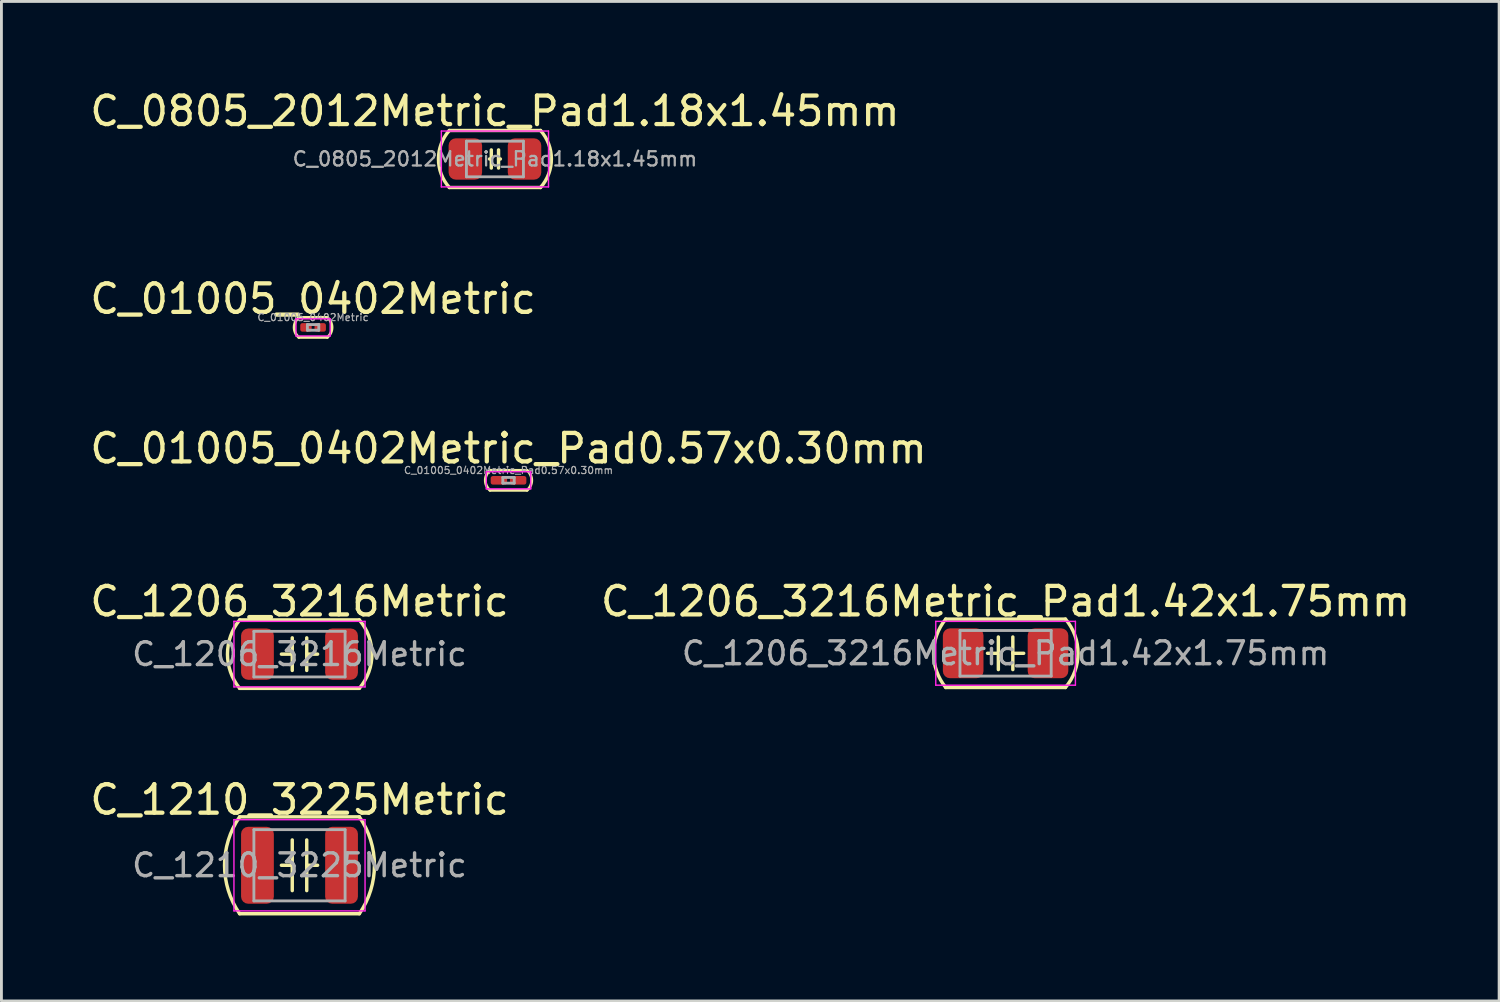
<source format=kicad_pcb>
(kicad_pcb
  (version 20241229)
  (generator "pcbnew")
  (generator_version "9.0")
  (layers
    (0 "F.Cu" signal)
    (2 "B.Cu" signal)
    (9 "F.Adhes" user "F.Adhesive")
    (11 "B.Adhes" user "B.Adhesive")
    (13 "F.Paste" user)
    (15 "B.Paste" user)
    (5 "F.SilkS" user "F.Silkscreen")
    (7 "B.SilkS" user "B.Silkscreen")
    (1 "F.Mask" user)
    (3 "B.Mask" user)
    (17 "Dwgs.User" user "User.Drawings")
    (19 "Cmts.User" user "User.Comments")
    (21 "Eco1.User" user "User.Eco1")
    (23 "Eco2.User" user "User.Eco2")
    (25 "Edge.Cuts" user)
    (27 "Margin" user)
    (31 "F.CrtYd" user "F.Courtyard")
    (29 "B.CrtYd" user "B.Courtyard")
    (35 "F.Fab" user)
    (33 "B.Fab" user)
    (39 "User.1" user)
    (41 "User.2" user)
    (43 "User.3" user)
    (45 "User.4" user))
  (footprint "C_1206_3216Metric"
    (layer "F.Cu")
    (at 7.458 19.901)
    (property "Reference" "C_1206_3216Metric" (at 0 -1.85 0) (layer "F.SilkS") (effects (font (size 1 1) (thickness 0.15))))
    (attr smd)
    (fp_line (start -2.1 1.2) (end 2.1 1.2) (stroke (width 0.12) (type solid)) (layer "F.SilkS"))
    (fp_line (start -0.254 -0.572) (end -0.254 0.572) (stroke (width 0.12) (type solid)) (layer "F.SilkS"))
    (fp_line (start -0.254 0) (end -0.635 0) (stroke (width 0.12) (type solid)) (layer "F.SilkS"))
    (fp_line (start 0.254 -0.572) (end 0.254 0.572) (stroke (width 0.12) (type solid)) (layer "F.SilkS"))
    (fp_line (start 0.254 0) (end 0.635 0) (stroke (width 0.12) (type solid)) (layer "F.SilkS"))
    (fp_line (start 2.1 -1.2) (end -2.1 -1.2) (stroke (width 0.12) (type solid)) (layer "F.SilkS"))
    (fp_arc (start -2.1 1.2) (mid -2.526625 0) (end -2.1 -1.2) (stroke (width 0.12) (type solid)) (layer "F.SilkS"))
    (fp_arc (start 2.1 -1.2) (mid 2.541962 0) (end 2.1 1.2) (stroke (width 0.12) (type solid)) (layer "F.SilkS"))
    (fp_line (start -2.3 -1.15) (end 2.3 -1.15) (stroke (width 0.05) (type solid)) (layer "F.CrtYd"))
    (fp_line (start -2.3 1.15) (end -2.3 -1.15) (stroke (width 0.05) (type solid)) (layer "F.CrtYd"))
    (fp_line (start 2.3 -1.15) (end 2.3 1.15) (stroke (width 0.05) (type solid)) (layer "F.CrtYd"))
    (fp_line (start 2.3 1.15) (end -2.3 1.15) (stroke (width 0.05) (type solid)) (layer "F.CrtYd"))
    (fp_line (start -1.6 -0.8) (end 1.6 -0.8) (stroke (width 0.1) (type solid)) (layer "F.Fab"))
    (fp_line (start -1.6 0.8) (end -1.6 -0.8) (stroke (width 0.1) (type solid)) (layer "F.Fab"))
    (fp_line (start 1.6 -0.8) (end 1.6 0.8) (stroke (width 0.1) (type solid)) (layer "F.Fab"))
    (fp_line (start 1.6 0.8) (end -1.6 0.8) (stroke (width 0.1) (type solid)) (layer "F.Fab"))
    (fp_text user "${REFERENCE}" (at 0 0 0) (layer "F.Fab") (effects (font (size 0.8 0.8) (thickness 0.12))))
    (pad "1" smd roundrect (at -1.475 0) (size 1.15 1.8) (layers "F.Cu" "F.Mask" "F.Paste") (roundrect_rratio 0.217))
    (pad "2" smd roundrect (at 1.475 0) (size 1.15 1.8) (layers "F.Cu" "F.Mask" "F.Paste") (roundrect_rratio 0.217)))
  (footprint "C_1210_3225Metric"
    (layer "F.Cu")
    (at 7.458 27.309)
    (property "Reference" "C_1210_3225Metric" (at 0 -2.3 0) (layer "F.SilkS") (effects (font (size 1 1) (thickness 0.15))))
    (attr smd)
    (fp_line (start -2.1 1.7) (end 2.1 1.7) (stroke (width 0.12) (type solid)) (layer "F.SilkS"))
    (fp_line (start -0.254 -0.889) (end -0.254 0) (stroke (width 0.12) (type solid)) (layer "F.SilkS"))
    (fp_line (start -0.254 0) (end -0.635 0) (stroke (width 0.12) (type solid)) (layer "F.SilkS"))
    (fp_line (start -0.254 0) (end -0.254 0.889) (stroke (width 0.12) (type solid)) (layer "F.SilkS"))
    (fp_line (start 0.254 -0.889) (end 0.254 0.889) (stroke (width 0.12) (type solid)) (layer "F.SilkS"))
    (fp_line (start 0.254 0) (end 0.635 0) (stroke (width 0.12) (type solid)) (layer "F.SilkS"))
    (fp_line (start 2.1 -1.7) (end -2.1 -1.7) (stroke (width 0.12) (type solid)) (layer "F.SilkS"))
    (fp_arc (start -2.1 1.7) (mid -2.629833 0) (end -2.1 -1.7) (stroke (width 0.12) (type solid)) (layer "F.SilkS"))
    (fp_arc (start 2.1 -1.7) (mid 2.629833 0) (end 2.1 1.7) (stroke (width 0.12) (type solid)) (layer "F.SilkS"))
    (fp_line (start -2.3 -1.6) (end 2.3 -1.6) (stroke (width 0.05) (type solid)) (layer "F.CrtYd"))
    (fp_line (start -2.3 1.6) (end -2.3 -1.6) (stroke (width 0.05) (type solid)) (layer "F.CrtYd"))
    (fp_line (start 2.3 -1.6) (end 2.3 1.6) (stroke (width 0.05) (type solid)) (layer "F.CrtYd"))
    (fp_line (start 2.3 1.6) (end -2.3 1.6) (stroke (width 0.05) (type solid)) (layer "F.CrtYd"))
    (fp_line (start -1.6 -1.25) (end 1.6 -1.25) (stroke (width 0.1) (type solid)) (layer "F.Fab"))
    (fp_line (start -1.6 1.25) (end -1.6 -1.25) (stroke (width 0.1) (type solid)) (layer "F.Fab"))
    (fp_line (start 1.6 -1.25) (end 1.6 1.25) (stroke (width 0.1) (type solid)) (layer "F.Fab"))
    (fp_line (start 1.6 1.25) (end -1.6 1.25) (stroke (width 0.1) (type solid)) (layer "F.Fab"))
    (fp_text user "${REFERENCE}" (at 0 0 0) (layer "F.Fab") (effects (font (size 0.8 0.8) (thickness 0.12))))
    (pad "1" smd roundrect (at -1.475 0) (size 1.15 2.7) (layers "F.Cu" "F.Mask" "F.Paste") (roundrect_rratio 0.217))
    (pad "2" smd roundrect (at 1.475 0) (size 1.15 2.7) (layers "F.Cu" "F.Mask" "F.Paste") (roundrect_rratio 0.217)))
  (footprint "C_01005_0402Metric_Pad0.57x0.30mm"
    (layer "F.Cu")
    (at 14.792 13.802)
    (property "Reference" "C_01005_0402Metric_Pad0.57x0.30mm" (at 0 -1.118 0) (layer "F.SilkS") (effects (font (size 1 1) (thickness 0.15))))
    (attr smd)
    (fp_line (start -0.65 0.35) (end 0.65 0.35) (stroke (width 0.1) (type solid)) (layer "F.SilkS"))
    (fp_line (start 0.65 -0.35) (end -0.65 -0.35) (stroke (width 0.1) (type solid)) (layer "F.SilkS"))
    (fp_arc (start -0.65 0.35) (mid -0.813866 0) (end -0.65 -0.35) (stroke (width 0.1) (type solid)) (layer "F.SilkS"))
    (fp_arc (start 0.65 -0.35) (mid 0.813866 0) (end 0.65 0.35) (stroke (width 0.1) (type solid)) (layer "F.SilkS"))
    (fp_line (start -0.78 -0.3) (end 0.78 -0.3) (stroke (width 0.05) (type solid)) (layer "F.CrtYd"))
    (fp_line (start -0.78 0.3) (end -0.78 -0.3) (stroke (width 0.05) (type solid)) (layer "F.CrtYd"))
    (fp_line (start 0.78 -0.3) (end 0.78 0.3) (stroke (width 0.05) (type solid)) (layer "F.CrtYd"))
    (fp_line (start 0.78 0.3) (end -0.78 0.3) (stroke (width 0.05) (type solid)) (layer "F.CrtYd"))
    (fp_line (start -0.2 -0.1) (end 0.2 -0.1) (stroke (width 0.1) (type solid)) (layer "F.Fab"))
    (fp_line (start -0.2 0.1) (end -0.2 -0.1) (stroke (width 0.1) (type solid)) (layer "F.Fab"))
    (fp_line (start 0.2 -0.1) (end 0.2 0.1) (stroke (width 0.1) (type solid)) (layer "F.Fab"))
    (fp_line (start 0.2 0.1) (end -0.2 0.1) (stroke (width 0.1) (type solid)) (layer "F.Fab"))
    (fp_text user "${REFERENCE}" (at 0 -0.35 0) (layer "F.Fab") (effects (font (size 0.25 0.25) (thickness 0.04))))
    (pad "" smd roundrect (at -0.362 0) (size 0.41 0.27) (layers "F.Paste") (roundrect_rratio 0.25))
    (pad "" smd roundrect (at 0.362 0) (size 0.41 0.27) (layers "F.Paste") (roundrect_rratio 0.25))
    (pad "1" smd roundrect (at -0.338 0) (size 0.575 0.3) (layers "F.Cu" "F.Mask") (roundrect_rratio 0.25))
    (pad "2" smd roundrect (at 0.338 0) (size 0.575 0.3) (layers "F.Cu" "F.Mask") (roundrect_rratio 0.25)))
  (footprint "C_01005_0402Metric"
    (layer "F.Cu")
    (at 7.935 8.437)
    (property "Reference" "C_01005_0402Metric" (at 0 -1 0) (layer "F.SilkS") (effects (font (size 1 1) (thickness 0.15))))
    (attr smd)
    (fp_line (start -0.5 0.35) (end 0.5 0.35) (stroke (width 0.1) (type solid)) (layer "F.SilkS"))
    (fp_line (start 0.5 -0.35) (end -0.5 -0.35) (stroke (width 0.1) (type solid)) (layer "F.SilkS"))
    (fp_arc (start -0.5 0.35) (mid -0.663866 0) (end -0.5 -0.35) (stroke (width 0.1) (type solid)) (layer "F.SilkS"))
    (fp_arc (start 0.5 -0.35) (mid 0.663866 0) (end 0.5 0.35) (stroke (width 0.1) (type solid)) (layer "F.SilkS"))
    (fp_line (start -0.6 -0.3) (end 0.6 -0.3) (stroke (width 0.05) (type solid)) (layer "F.CrtYd"))
    (fp_line (start -0.6 0.3) (end -0.6 -0.3) (stroke (width 0.05) (type solid)) (layer "F.CrtYd"))
    (fp_line (start 0.6 -0.3) (end 0.6 0.3) (stroke (width 0.05) (type solid)) (layer "F.CrtYd"))
    (fp_line (start 0.6 0.3) (end -0.6 0.3) (stroke (width 0.05) (type solid)) (layer "F.CrtYd"))
    (fp_line (start -0.2 -0.1) (end 0.2 -0.1) (stroke (width 0.1) (type solid)) (layer "F.Fab"))
    (fp_line (start -0.2 0.1) (end -0.2 -0.1) (stroke (width 0.1) (type solid)) (layer "F.Fab"))
    (fp_line (start 0.2 -0.1) (end 0.2 0.1) (stroke (width 0.1) (type solid)) (layer "F.Fab"))
    (fp_line (start 0.2 0.1) (end -0.2 0.1) (stroke (width 0.1) (type solid)) (layer "F.Fab"))
    (fp_text user "${REFERENCE}" (at 0 -0.35 0) (layer "F.Fab") (effects (font (size 0.25 0.25) (thickness 0.04))))
    (pad "" smd roundrect (at -0.275 0) (size 0.27 0.27) (layers "F.Paste") (roundrect_rratio 0.25))
    (pad "" smd roundrect (at 0.275 0) (size 0.27 0.27) (layers "F.Paste") (roundrect_rratio 0.25))
    (pad "1" smd roundrect (at -0.25 0) (size 0.4 0.3) (layers "F.Cu" "F.Mask") (roundrect_rratio 0.25))
    (pad "2" smd roundrect (at 0.25 0) (size 0.4 0.3) (layers "F.Cu" "F.Mask") (roundrect_rratio 0.25)))
  (footprint "C_1206_3216Metric_Pad1.42x1.75mm"
    (layer "F.Cu")
    (at 32.232 19.871)
    (property "Reference" "C_1206_3216Metric_Pad1.42x1.75mm" (at 0 -1.82 0) (layer "F.SilkS") (effects (font (size 1 1) (thickness 0.15))))
    (attr smd)
    (fp_line (start -2.1 1.2) (end 2.1 1.2) (stroke (width 0.12) (type solid)) (layer "F.SilkS"))
    (fp_line (start -0.254 -0.572) (end -0.254 0.572) (stroke (width 0.12) (type solid)) (layer "F.SilkS"))
    (fp_line (start -0.254 0) (end -0.635 0) (stroke (width 0.12) (type solid)) (layer "F.SilkS"))
    (fp_line (start 0.254 -0.572) (end 0.254 0.572) (stroke (width 0.12) (type solid)) (layer "F.SilkS"))
    (fp_line (start 0.254 0) (end 0.635 0) (stroke (width 0.12) (type solid)) (layer "F.SilkS"))
    (fp_line (start 2.1 -1.2) (end -2.1 -1.2) (stroke (width 0.12) (type solid)) (layer "F.SilkS"))
    (fp_arc (start -2.1 1.2) (mid -2.526625 0) (end -2.1 -1.2) (stroke (width 0.12) (type solid)) (layer "F.SilkS"))
    (fp_arc (start 2.1 -1.2) (mid 2.541962 0) (end 2.1 1.2) (stroke (width 0.12) (type solid)) (layer "F.SilkS"))
    (fp_line (start -2.45 -1.12) (end 2.45 -1.12) (stroke (width 0.05) (type solid)) (layer "F.CrtYd"))
    (fp_line (start -2.45 1.12) (end -2.45 -1.12) (stroke (width 0.05) (type solid)) (layer "F.CrtYd"))
    (fp_line (start 2.45 -1.12) (end 2.45 1.12) (stroke (width 0.05) (type solid)) (layer "F.CrtYd"))
    (fp_line (start 2.45 1.12) (end -2.45 1.12) (stroke (width 0.05) (type solid)) (layer "F.CrtYd"))
    (fp_line (start -1.6 -0.8) (end 1.6 -0.8) (stroke (width 0.1) (type solid)) (layer "F.Fab"))
    (fp_line (start -1.6 0.8) (end -1.6 -0.8) (stroke (width 0.1) (type solid)) (layer "F.Fab"))
    (fp_line (start 1.6 -0.8) (end 1.6 0.8) (stroke (width 0.1) (type solid)) (layer "F.Fab"))
    (fp_line (start 1.6 0.8) (end -1.6 0.8) (stroke (width 0.1) (type solid)) (layer "F.Fab"))
    (fp_text user "${REFERENCE}" (at 0 0 0) (layer "F.Fab") (effects (font (size 0.8 0.8) (thickness 0.12))))
    (pad "1" smd roundrect (at -1.488 0) (size 1.425 1.75) (layers "F.Cu" "F.Mask" "F.Paste") (roundrect_rratio 0.175))
    (pad "2" smd roundrect (at 1.488 0) (size 1.425 1.75) (layers "F.Cu" "F.Mask" "F.Paste") (roundrect_rratio 0.175)))
  (footprint "C_0805_2012Metric_Pad1.18x1.45mm"
    (layer "F.Cu")
    (at 14.315 2.528)
    (property "Reference" "C_0805_2012Metric_Pad1.18x1.45mm" (at 0 -1.68 0) (layer "F.SilkS") (effects (font (size 1 1) (thickness 0.15))))
    (attr smd)
    (fp_line (start -1.6 1) (end 1.6 1) (stroke (width 0.12) (type solid)) (layer "F.SilkS"))
    (fp_line (start -0.127 -0.318) (end -0.127 0.318) (stroke (width 0.12) (type solid)) (layer "F.SilkS"))
    (fp_line (start -0.127 0) (end -0.191 0) (stroke (width 0.12) (type solid)) (layer "F.SilkS"))
    (fp_line (start 0.127 0) (end 0.191 0) (stroke (width 0.12) (type solid)) (layer "F.SilkS"))
    (fp_line (start 0.127 0.318) (end 0.127 -0.318) (stroke (width 0.12) (type solid)) (layer "F.SilkS"))
    (fp_line (start 1.6 -1) (end -1.6 -1) (stroke (width 0.12) (type solid)) (layer "F.SilkS"))
    (fp_arc (start -1.6 1) (mid -1.980894 0) (end -1.6 -1) (stroke (width 0.12) (type solid)) (layer "F.SilkS"))
    (fp_arc (start 1.6 -1) (mid 1.980894 0) (end 1.6 1) (stroke (width 0.12) (type solid)) (layer "F.SilkS"))
    (fp_line (start -1.88 -0.98) (end 1.88 -0.98) (stroke (width 0.05) (type solid)) (layer "F.CrtYd"))
    (fp_line (start -1.88 0.98) (end -1.88 -0.98) (stroke (width 0.05) (type solid)) (layer "F.CrtYd"))
    (fp_line (start 1.88 -0.98) (end 1.88 0.98) (stroke (width 0.05) (type solid)) (layer "F.CrtYd"))
    (fp_line (start 1.88 0.98) (end -1.88 0.98) (stroke (width 0.05) (type solid)) (layer "F.CrtYd"))
    (fp_line (start -1 -0.625) (end 1 -0.625) (stroke (width 0.1) (type solid)) (layer "F.Fab"))
    (fp_line (start -1 0.625) (end -1 -0.625) (stroke (width 0.1) (type solid)) (layer "F.Fab"))
    (fp_line (start 1 -0.625) (end 1 0.625) (stroke (width 0.1) (type solid)) (layer "F.Fab"))
    (fp_line (start 1 0.625) (end -1 0.625) (stroke (width 0.1) (type solid)) (layer "F.Fab"))
    (fp_text user "${REFERENCE}" (at 0 0 0) (layer "F.Fab") (effects (font (size 0.5 0.5) (thickness 0.08))))
    (pad "1" smd roundrect (at -1.038 0) (size 1.175 1.45) (layers "F.Cu" "F.Mask" "F.Paste") (roundrect_rratio 0.213))
    (pad "2" smd roundrect (at 1.038 0) (size 1.175 1.45) (layers "F.Cu" "F.Mask" "F.Paste") (roundrect_rratio 0.213)))
  (gr_rect
    (start -3 -3)
    (end 49.548 32.069)
    (stroke (width 0.1) (type default))
    (fill no)
    (layer "Edge.Cuts")))
</source>
